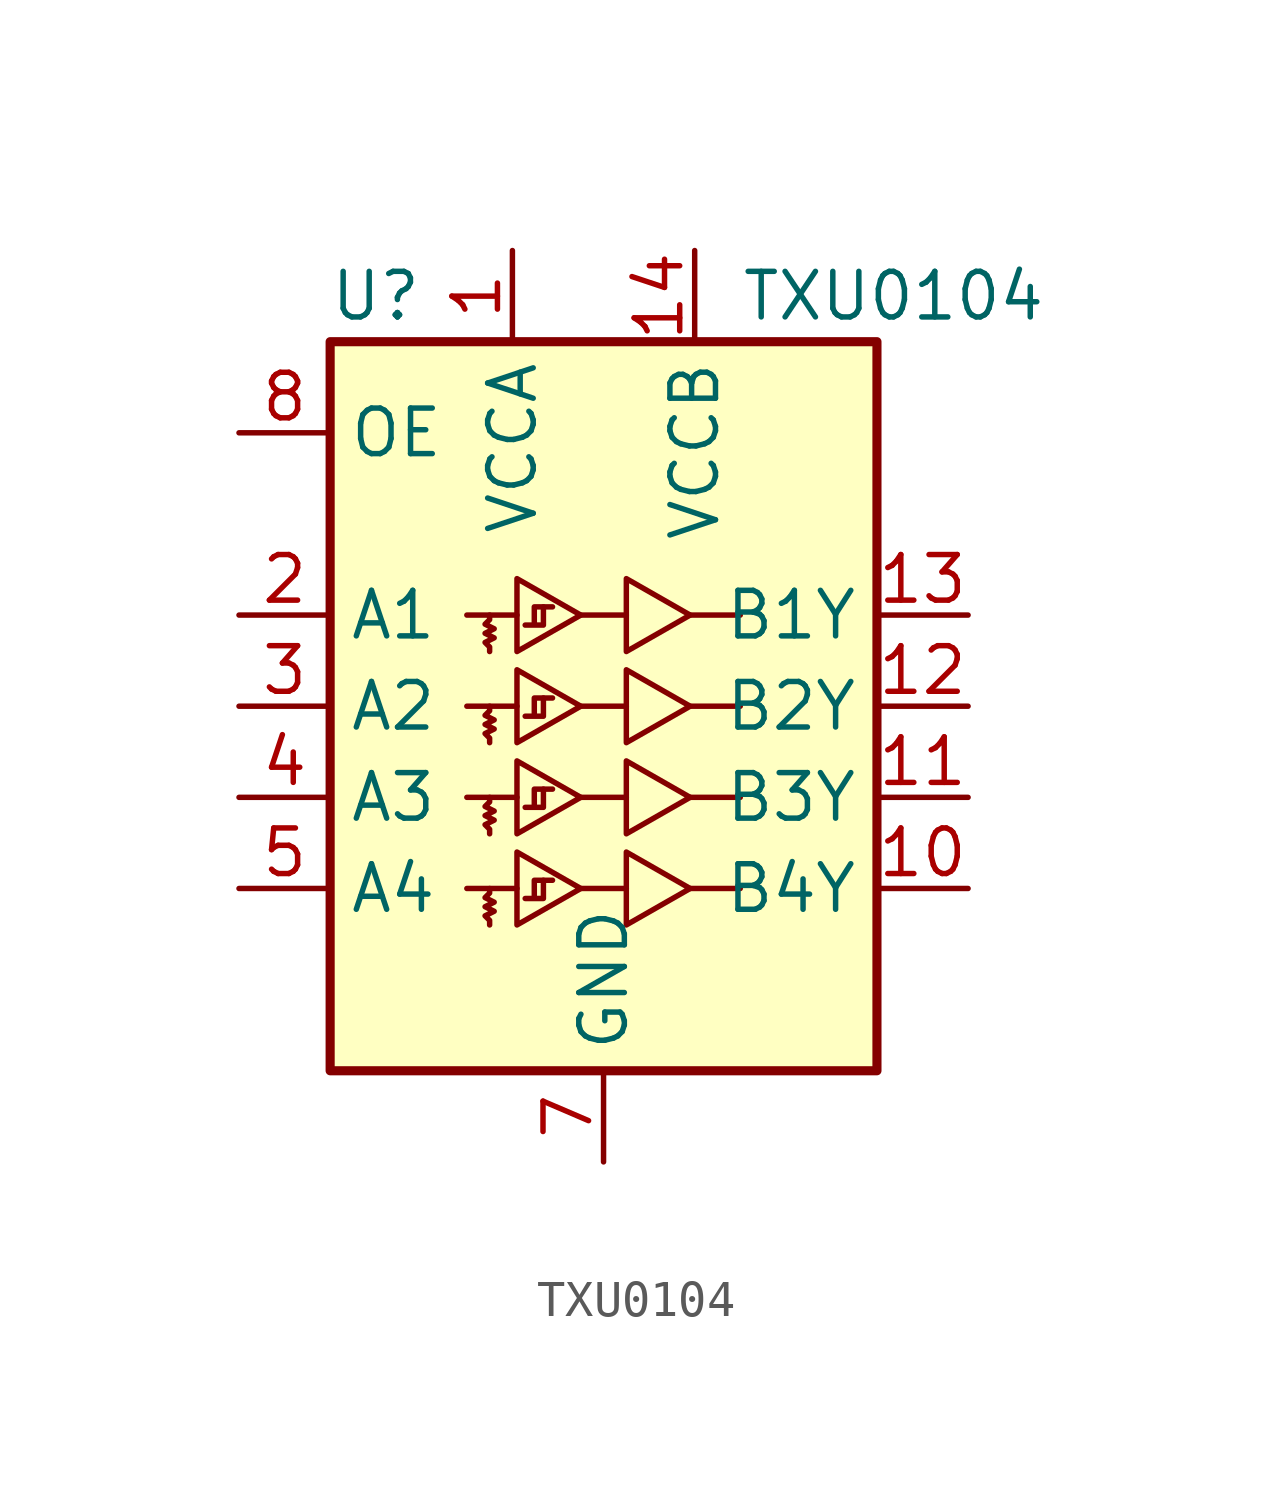
<source format=kicad_sym>
(kicad_symbol_lib
  (version 20231120)
  (generator "kicad_symbol_editor")
  (generator_version "8.0")
  (symbol "TXU0104"
    (property "Reference" "U"
      (at -6.35 11.43 0)
      (effects (font (size 1.27 1.27))))
    (property "Value" "TXU0104"
      (at 3.81 11.43 0)
      (effects (font (size 1.27 1.27)) (justify left)))
    (symbol "TXU0104_0_1"
      (rectangle (start -7.62 10.16) (end 7.62 -10.16) (stroke (width 0.254) (type default)) (fill (type background)))
      (polyline (pts (xy -2.413 -5.08) (xy -3.81 -5.08)) (stroke (width 0) (type default)) (fill (type none)))
      (polyline (pts (xy -2.413 -2.54) (xy -3.81 -2.54)) (stroke (width 0) (type default)) (fill (type none)))
      (polyline (pts (xy -2.413 0) (xy -3.81 0)) (stroke (width 0) (type default)) (fill (type none)))
      (polyline (pts (xy -2.413 2.54) (xy -3.81 2.54)) (stroke (width 0) (type default)) (fill (type none)))
      (polyline (pts (xy -0.635 -5.08) (xy 0.635 -5.08)) (stroke (width 0) (type default)) (fill (type none)))
      (polyline (pts (xy -0.635 -2.54) (xy 0.635 -2.54)) (stroke (width 0) (type default)) (fill (type none)))
      (polyline (pts (xy -0.635 0) (xy 0.635 0)) (stroke (width 0) (type default)) (fill (type none)))
      (polyline (pts (xy -0.635 2.54) (xy 0.635 2.54)) (stroke (width 0) (type default)) (fill (type none)))
      (polyline (pts (xy 2.413 -5.08) (xy 3.81 -5.08)) (stroke (width 0) (type default)) (fill (type none)))
      (polyline (pts (xy 2.413 -2.54) (xy 3.81 -2.54)) (stroke (width 0) (type default)) (fill (type none)))
      (polyline (pts (xy 2.413 0) (xy 3.81 0)) (stroke (width 0) (type default)) (fill (type none)))
      (polyline (pts (xy 2.413 2.54) (xy 3.81 2.54)) (stroke (width 0) (type default)) (fill (type none)))
      (polyline (pts (xy -0.635 -5.08) (xy -2.413 -6.096) (xy -2.413 -4.064) (xy -0.635 -5.08)) (stroke (width 0) (type default)) (fill (type none)))
      (polyline (pts (xy -0.635 -2.54) (xy -2.413 -3.556) (xy -2.413 -1.524) (xy -0.635 -2.54)) (stroke (width 0) (type default)) (fill (type none)))
      (polyline (pts (xy -0.635 0) (xy -2.413 -1.016) (xy -2.413 1.016) (xy -0.635 0)) (stroke (width 0) (type default)) (fill (type none)))
      (polyline (pts (xy -0.635 2.54) (xy -2.413 1.524) (xy -2.413 3.556) (xy -0.635 2.54)) (stroke (width 0) (type default)) (fill (type none)))
      (polyline (pts (xy 2.413 -5.08) (xy 0.635 -6.096) (xy 0.635 -4.064) (xy 2.413 -5.08)) (stroke (width 0) (type default)) (fill (type none)))
      (polyline (pts (xy 2.413 -2.54) (xy 0.635 -3.556) (xy 0.635 -1.524) (xy 2.413 -2.54)) (stroke (width 0) (type default)) (fill (type none)))
      (polyline (pts (xy 2.413 0) (xy 0.635 -1.016) (xy 0.635 1.016) (xy 2.413 0)) (stroke (width 0) (type default)) (fill (type none)))
      (polyline (pts (xy 2.413 2.54) (xy 0.635 1.524) (xy 0.635 3.556) (xy 2.413 2.54)) (stroke (width 0) (type default)) (fill (type none)))
      (polyline (pts (xy -3.175 -5.08) (xy -3.175 -5.207) (xy -3.302 -5.334) (xy -3.048 -5.461) (xy -3.302 -5.588) (xy -3.048 -5.715) (xy -3.302 -5.842) (xy -3.175 -5.969) (xy -3.175 -6.096)) (stroke (width 0) (type default)) (fill (type none)))
      (polyline (pts (xy -3.175 -2.54) (xy -3.175 -2.667) (xy -3.302 -2.794) (xy -3.048 -2.921) (xy -3.302 -3.048) (xy -3.048 -3.175) (xy -3.302 -3.302) (xy -3.175 -3.429) (xy -3.175 -3.556)) (stroke (width 0) (type default)) (fill (type none)))
      (polyline (pts (xy -3.175 0) (xy -3.175 -0.127) (xy -3.302 -0.254) (xy -3.048 -0.381) (xy -3.302 -0.508) (xy -3.048 -0.635) (xy -3.302 -0.762) (xy -3.175 -0.889) (xy -3.175 -1.016)) (stroke (width 0) (type default)) (fill (type none)))
      (polyline (pts (xy -3.175 2.54) (xy -3.175 2.413) (xy -3.302 2.286) (xy -3.048 2.159) (xy -3.302 2.032) (xy -3.048 1.905) (xy -3.302 1.778) (xy -3.175 1.651) (xy -3.175 1.524)) (stroke (width 0) (type default)) (fill (type none))))
    (symbol "TXU0104_1_1"
      (polyline (pts (xy -1.676 -4.851) (xy -1.422 -4.851)) (stroke (width 0) (type default)) (fill (type none)))
      (polyline (pts (xy -1.676 -2.311) (xy -1.422 -2.311)) (stroke (width 0) (type default)) (fill (type none)))
      (polyline (pts (xy -1.676 0.229) (xy -1.422 0.229)) (stroke (width 0) (type default)) (fill (type none)))
      (polyline (pts (xy -1.676 2.769) (xy -1.422 2.769)) (stroke (width 0) (type default)) (fill (type none)))
      (polyline (pts (xy -1.93 -5.359) (xy -1.93 -4.851) (xy -1.676 -4.851) (xy -1.676 -5.359) (xy -2.184 -5.359)) (stroke (width 0) (type default)) (fill (type none)))
      (polyline (pts (xy -1.93 -2.819) (xy -1.93 -2.311) (xy -1.676 -2.311) (xy -1.676 -2.819) (xy -2.184 -2.819)) (stroke (width 0) (type default)) (fill (type none)))
      (polyline (pts (xy -1.93 -0.279) (xy -1.93 0.229) (xy -1.676 0.229) (xy -1.676 -0.279) (xy -2.184 -0.279)) (stroke (width 0) (type default)) (fill (type none)))
      (polyline (pts (xy -1.93 2.261) (xy -1.93 2.769) (xy -1.676 2.769) (xy -1.676 2.261) (xy -2.184 2.261)) (stroke (width 0) (type default)) (fill (type none)))
      (pin power_in line (at -2.54 12.7 270) (length 2.54) (name "VCCA" (effects (font (size 1.27 1.27)))) (number "1" (effects (font (size 1.27 1.27)))))
      (pin tri_state line (at 10.16 -5.08 180) (length 2.54) (name "B4Y" (effects (font (size 1.27 1.27)))) (number "10" (effects (font (size 1.27 1.27)))))
      (pin tri_state line (at 10.16 -2.54 180) (length 2.54) (name "B3Y" (effects (font (size 1.27 1.27)))) (number "11" (effects (font (size 1.27 1.27)))))
      (pin tri_state line (at 10.16 0 180) (length 2.54) (name "B2Y" (effects (font (size 1.27 1.27)))) (number "12" (effects (font (size 1.27 1.27)))))
      (pin tri_state line (at 10.16 2.54 180) (length 2.54) (name "B1Y" (effects (font (size 1.27 1.27)))) (number "13" (effects (font (size 1.27 1.27)))))
      (pin power_in line (at 2.54 12.7 270) (length 2.54) (name "VCCB" (effects (font (size 1.27 1.27)))) (number "14" (effects (font (size 1.27 1.27)))))
      (pin input line (at -10.16 2.54 0) (length 2.54) (name "A1" (effects (font (size 1.27 1.27)))) (number "2" (effects (font (size 1.27 1.27)))))
      (pin input line (at -10.16 0 0) (length 2.54) (name "A2" (effects (font (size 1.27 1.27)))) (number "3" (effects (font (size 1.27 1.27)))))
      (pin input line (at -10.16 -2.54 0) (length 2.54) (name "A3" (effects (font (size 1.27 1.27)))) (number "4" (effects (font (size 1.27 1.27)))))
      (pin input line (at -10.16 -5.08 0) (length 2.54) (name "A4" (effects (font (size 1.27 1.27)))) (number "5" (effects (font (size 1.27 1.27)))))
      (pin no_connect line (at -7.62 -7.62 0) (length 2.54) hide (name "NC" (effects (font (size 1.27 1.27)))) (number "6" (effects (font (size 1.27 1.27)))))
      (pin power_in line (at 0 -12.7 90) (length 2.54) (name "GND" (effects (font (size 1.27 1.27)))) (number "7" (effects (font (size 1.27 1.27)))))
      (pin input line (at -10.16 7.62 0) (length 2.54) (name "OE" (effects (font (size 1.27 1.27)))) (number "8" (effects (font (size 1.27 1.27)))))
      (pin no_connect line (at 7.62 -7.62 180) (length 2.54) hide (name "NC" (effects (font (size 1.27 1.27)))) (number "9" (effects (font (size 1.27 1.27))))))))
</source>
